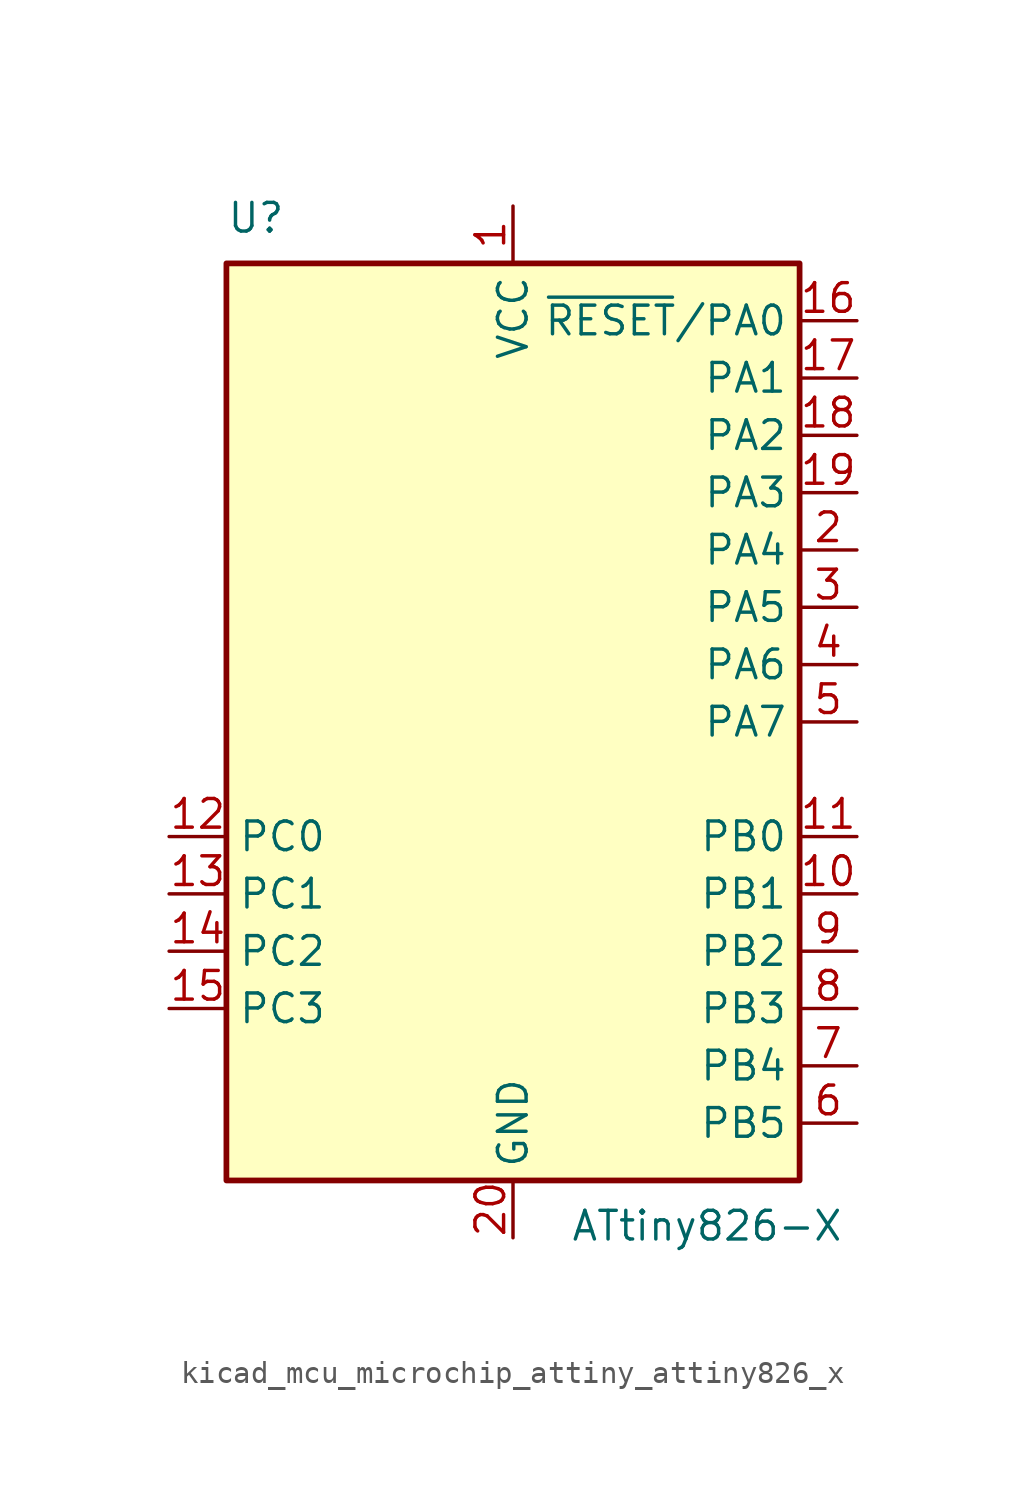
<source format=kicad_sym>
(kicad_symbol_lib
  (version 20220914)
  (generator kicad_symbol_editor)
  (symbol "kicad_mcu_microchip_attiny_attiny826_x"
    (property "Reference" "U"
      (at -12.7 21.59 0)
      (effects (font (size 1.27 1.27)) (justify left bottom)))
    (property "Value" "ATtiny826-X"
      (at 2.54 -21.59 0)
      (effects (font (size 1.27 1.27)) (justify left top)))
    (symbol "kicad_mcu_microchip_attiny_attiny826_x_0_1"
      (rectangle (start -12.7 -20.32) (end 12.7 20.32) (stroke (width 0.254) (type default)) (fill (type background))))
    (symbol "kicad_mcu_microchip_attiny_attiny826_x_1_1"
      (pin power_in line (at 0 22.86 270) (length 2.54) (name "VCC" (effects (font (size 1.27 1.27)))) (number "1" (effects (font (size 1.27 1.27)))))
      (pin bidirectional line (at 15.24 -7.62 180) (length 2.54) (name "PB1" (effects (font (size 1.27 1.27)))) (number "10" (effects (font (size 1.27 1.27)))))
      (pin bidirectional line (at 15.24 -5.08 180) (length 2.54) (name "PB0" (effects (font (size 1.27 1.27)))) (number "11" (effects (font (size 1.27 1.27)))))
      (pin bidirectional line (at -15.24 -5.08 0) (length 2.54) (name "PC0" (effects (font (size 1.27 1.27)))) (number "12" (effects (font (size 1.27 1.27)))))
      (pin bidirectional line (at -15.24 -7.62 0) (length 2.54) (name "PC1" (effects (font (size 1.27 1.27)))) (number "13" (effects (font (size 1.27 1.27)))))
      (pin bidirectional line (at -15.24 -10.16 0) (length 2.54) (name "PC2" (effects (font (size 1.27 1.27)))) (number "14" (effects (font (size 1.27 1.27)))))
      (pin bidirectional line (at -15.24 -12.7 0) (length 2.54) (name "PC3" (effects (font (size 1.27 1.27)))) (number "15" (effects (font (size 1.27 1.27)))))
      (pin bidirectional line (at 15.24 17.78 180) (length 2.54) (name "~{RESET}/PA0" (effects (font (size 1.27 1.27)))) (number "16" (effects (font (size 1.27 1.27)))))
      (pin bidirectional line (at 15.24 15.24 180) (length 2.54) (name "PA1" (effects (font (size 1.27 1.27)))) (number "17" (effects (font (size 1.27 1.27)))))
      (pin bidirectional line (at 15.24 12.7 180) (length 2.54) (name "PA2" (effects (font (size 1.27 1.27)))) (number "18" (effects (font (size 1.27 1.27)))))
      (pin bidirectional line (at 15.24 10.16 180) (length 2.54) (name "PA3" (effects (font (size 1.27 1.27)))) (number "19" (effects (font (size 1.27 1.27)))))
      (pin bidirectional line (at 15.24 7.62 180) (length 2.54) (name "PA4" (effects (font (size 1.27 1.27)))) (number "2" (effects (font (size 1.27 1.27)))))
      (pin power_in line (at 0 -22.86 90) (length 2.54) (name "GND" (effects (font (size 1.27 1.27)))) (number "20" (effects (font (size 1.27 1.27)))))
      (pin bidirectional line (at 15.24 5.08 180) (length 2.54) (name "PA5" (effects (font (size 1.27 1.27)))) (number "3" (effects (font (size 1.27 1.27)))))
      (pin bidirectional line (at 15.24 2.54 180) (length 2.54) (name "PA6" (effects (font (size 1.27 1.27)))) (number "4" (effects (font (size 1.27 1.27)))))
      (pin bidirectional line (at 15.24 0 180) (length 2.54) (name "PA7" (effects (font (size 1.27 1.27)))) (number "5" (effects (font (size 1.27 1.27)))))
      (pin bidirectional line (at 15.24 -17.78 180) (length 2.54) (name "PB5" (effects (font (size 1.27 1.27)))) (number "6" (effects (font (size 1.27 1.27)))))
      (pin bidirectional line (at 15.24 -15.24 180) (length 2.54) (name "PB4" (effects (font (size 1.27 1.27)))) (number "7" (effects (font (size 1.27 1.27)))))
      (pin bidirectional line (at 15.24 -12.7 180) (length 2.54) (name "PB3" (effects (font (size 1.27 1.27)))) (number "8" (effects (font (size 1.27 1.27)))))
      (pin bidirectional line (at 15.24 -10.16 180) (length 2.54) (name "PB2" (effects (font (size 1.27 1.27)))) (number "9" (effects (font (size 1.27 1.27))))))))
</source>
